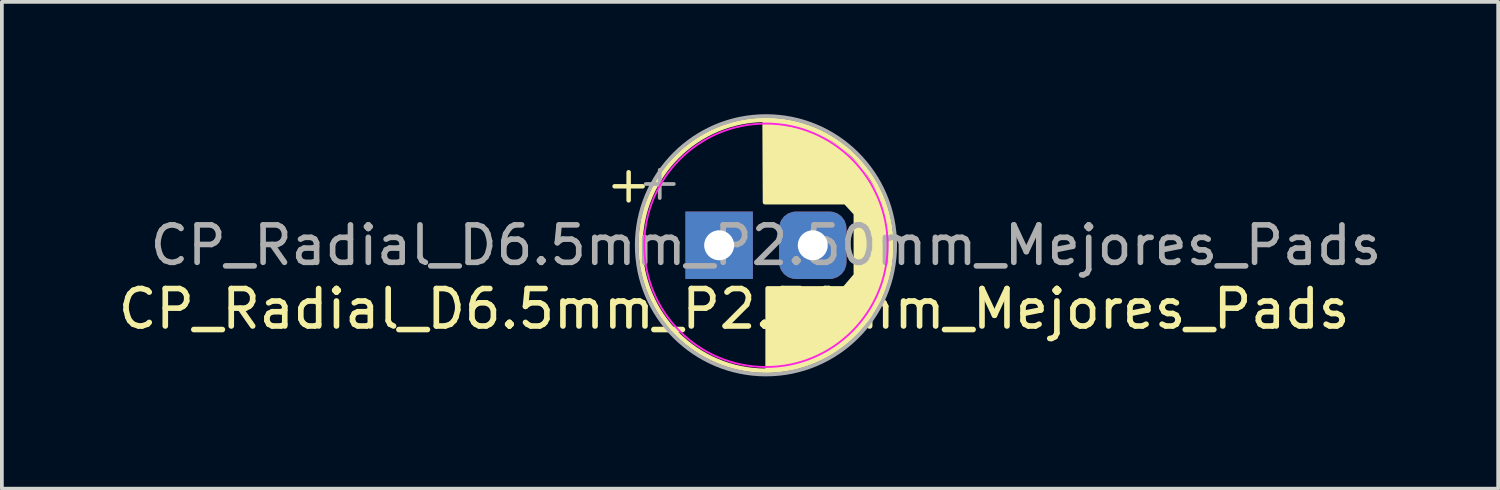
<source format=kicad_pcb>
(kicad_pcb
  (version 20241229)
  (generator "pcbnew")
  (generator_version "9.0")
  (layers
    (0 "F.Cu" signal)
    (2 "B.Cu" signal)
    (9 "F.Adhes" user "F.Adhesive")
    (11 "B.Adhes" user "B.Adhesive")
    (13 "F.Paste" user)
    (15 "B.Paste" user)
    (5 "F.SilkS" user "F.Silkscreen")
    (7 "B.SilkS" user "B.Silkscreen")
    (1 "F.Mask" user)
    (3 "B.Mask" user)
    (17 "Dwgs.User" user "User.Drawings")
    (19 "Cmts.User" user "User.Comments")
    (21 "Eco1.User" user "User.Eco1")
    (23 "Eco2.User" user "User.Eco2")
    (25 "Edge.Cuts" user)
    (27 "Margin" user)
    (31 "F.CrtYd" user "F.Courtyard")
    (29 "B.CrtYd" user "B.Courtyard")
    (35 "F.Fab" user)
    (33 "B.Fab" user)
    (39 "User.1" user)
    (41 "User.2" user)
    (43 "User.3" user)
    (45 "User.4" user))
  (footprint "CP_Radial_D6.5mm_P2.50mm_Mejores_Pads"
    (layer "F.Cu")
    (at 16.154 3.5)
    (property "Reference" "CP_Radial_D6.5mm_P2.50mm_Mejores_Pads" (at 0.4 1.7 0) (layer "F.SilkS") (effects (font (size 1 1) (thickness 0.15))))
    (attr through_hole)
    (fp_line (start -2.792 -1.575) (end -2.042 -1.575) (stroke (width 0.12) (type solid)) (layer "F.SilkS"))
    (fp_line (start -2.417 -1.95) (end -2.417 -1.2) (stroke (width 0.12) (type solid)) (layer "F.SilkS"))
    (fp_circle (center 1.25 0) (end 4.6 0) (stroke (width 0.12) (type solid)) (fill no) (layer "F.SilkS"))
    (fp_poly (pts (xy 2.015 -3.2) (xy 2.575 -3) (xy 3.255 -2.55) (xy 3.774 -2.05) (xy 4.215 -1.35) (xy 4.415 -0.75) (xy 4.524 -0.05) (xy 4.474 0.65) (xy 4.215 1.45) (xy 3.695 2.25) (xy 2.735 2.95) (xy 1.854 3.25) (xy 1.294 3.35) (xy 1.294 1.15) (xy 3.35 1.15) (xy 3.65 0.8) (xy 3.65 -0.85) (xy 3.375 -1.15) (xy 1.224 -1.15) (xy 1.214 -3.25) (xy 1.224 -3.3) (xy 1.424 -3.3)) (stroke (width 0.12) (type solid)) (fill yes) (layer "F.SilkS"))
    (fp_circle (center 1.25 0) (end 4.5 0) (stroke (width 0.05) (type solid)) (fill no) (layer "F.CrtYd"))
    (fp_line (start -1.961 -1.637) (end -1.211 -1.637) (stroke (width 0.1) (type solid)) (layer "F.Fab"))
    (fp_line (start -1.586 -2.013) (end -1.586 -1.262) (stroke (width 0.1) (type solid)) (layer "F.Fab"))
    (fp_circle (center 1.25 0) (end 4.7 0) (stroke (width 0.1) (type solid)) (fill no) (layer "F.Fab"))
    (fp_text user "${REFERENCE}" (at 1.25 0 0) (layer "F.Fab") (effects (font (size 1 1) (thickness 0.15))))
    (pad "1" thru_hole rect (at 0 0) (size 1.8 1.8) (drill 0.8) (layers "*.Cu" "*.Mask"))
    (pad "2" thru_hole roundrect (at 2.5 0) (size 1.8 1.8) (drill 0.8) (layers "*.Cu" "*.Mask") (roundrect_rratio 0.25)))
  (gr_rect
    (start -3 -3)
    (end 36.957 10)
    (stroke (width 0.1) (type default))
    (fill no)
    (layer "Edge.Cuts")))
</source>
